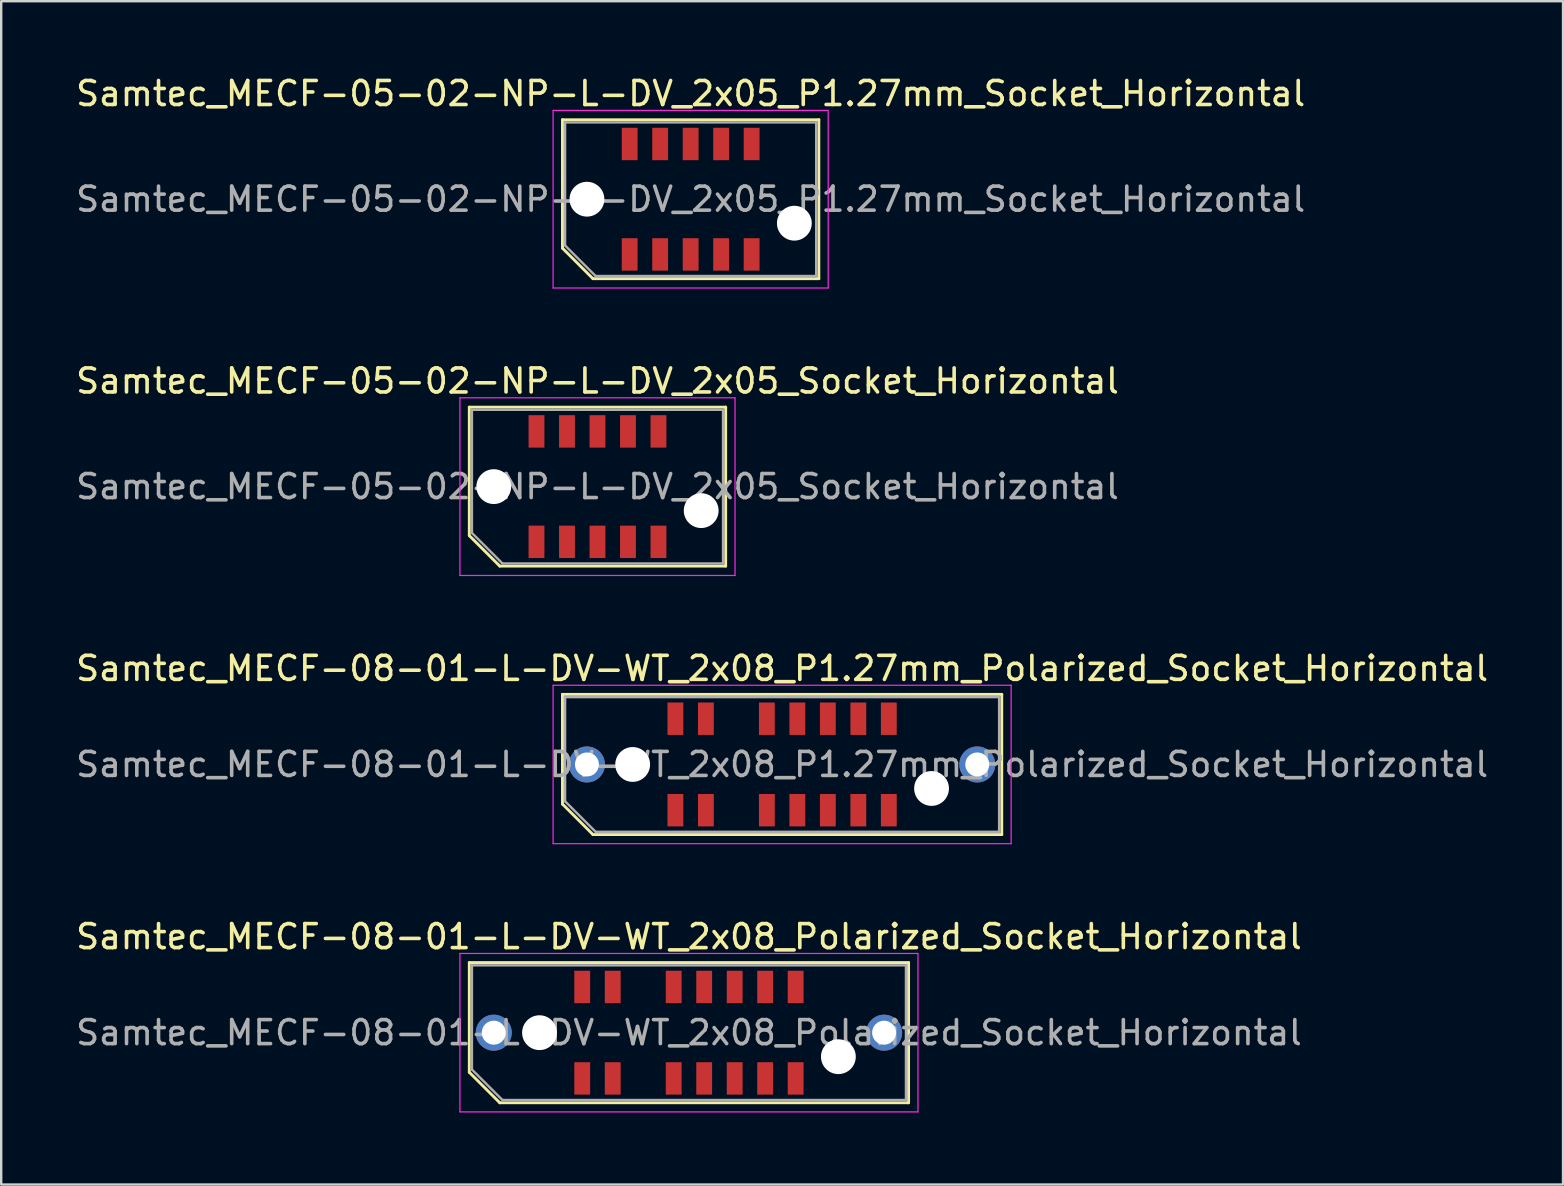
<source format=kicad_pcb>
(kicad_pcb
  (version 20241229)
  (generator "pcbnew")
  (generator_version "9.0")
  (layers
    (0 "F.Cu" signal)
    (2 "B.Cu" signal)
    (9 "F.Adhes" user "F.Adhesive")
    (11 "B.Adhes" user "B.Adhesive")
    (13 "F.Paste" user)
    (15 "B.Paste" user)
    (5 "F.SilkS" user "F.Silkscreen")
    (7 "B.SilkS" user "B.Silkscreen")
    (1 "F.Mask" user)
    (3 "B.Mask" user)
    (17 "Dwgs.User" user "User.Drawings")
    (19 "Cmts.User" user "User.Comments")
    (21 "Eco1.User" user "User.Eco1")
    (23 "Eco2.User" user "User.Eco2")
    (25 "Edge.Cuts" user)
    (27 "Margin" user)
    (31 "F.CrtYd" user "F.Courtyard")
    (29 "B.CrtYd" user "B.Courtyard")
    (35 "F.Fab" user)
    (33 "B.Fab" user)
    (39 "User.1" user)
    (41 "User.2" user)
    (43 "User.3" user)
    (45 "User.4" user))
  (footprint "Samtec_MECF-05-02-NP-L-DV_2x05_P1.27mm_Socket_Horizontal"
    (layer "F.Cu")
    (at 25.72 5.248)
    (property "Reference" "Samtec_MECF-05-02-NP-L-DV_2x05_P1.27mm_Socket_Horizontal" (at 0 -4.4 0) (layer "F.SilkS") (effects (font (size 1 1) (thickness 0.15))))
    (attr smd)
    (fp_line (start -5.34 -3.31) (end 5.34 -3.31) (stroke (width 0.12) (type solid)) (layer "F.SilkS"))
    (fp_line (start -5.34 2.04) (end -5.34 -3.31) (stroke (width 0.12) (type solid)) (layer "F.SilkS"))
    (fp_line (start -4.07 3.31) (end -5.34 2.04) (stroke (width 0.12) (type solid)) (layer "F.SilkS"))
    (fp_line (start -4.07 3.31) (end 5.34 3.31) (stroke (width 0.12) (type solid)) (layer "F.SilkS"))
    (fp_line (start 5.34 3.31) (end 5.34 -3.31) (stroke (width 0.12) (type solid)) (layer "F.SilkS"))
    (fp_line (start -5.73 -3.7) (end -5.73 3.7) (stroke (width 0.05) (type solid)) (layer "F.CrtYd"))
    (fp_line (start -5.73 3.7) (end 5.73 3.7) (stroke (width 0.05) (type solid)) (layer "F.CrtYd"))
    (fp_line (start 5.73 -3.7) (end -5.73 -3.7) (stroke (width 0.05) (type solid)) (layer "F.CrtYd"))
    (fp_line (start 5.73 3.7) (end 5.73 -3.7) (stroke (width 0.05) (type solid)) (layer "F.CrtYd"))
    (fp_line (start -5.23 -3.2) (end 5.23 -3.2) (stroke (width 0.1) (type solid)) (layer "F.Fab"))
    (fp_line (start -5.23 1.93) (end -5.23 -3.2) (stroke (width 0.1) (type solid)) (layer "F.Fab"))
    (fp_line (start -5.23 1.93) (end -3.96 3.2) (stroke (width 0.1) (type solid)) (layer "F.Fab"))
    (fp_line (start -3.96 3.2) (end 5.23 3.2) (stroke (width 0.1) (type solid)) (layer "F.Fab"))
    (fp_line (start 5.23 3.2) (end 5.23 -3.2) (stroke (width 0.1) (type solid)) (layer "F.Fab"))
    (fp_text user "${REFERENCE}" (at 0 0 0) (layer "F.Fab") (effects (font (size 1 1) (thickness 0.15))))
    (pad "" np_thru_hole circle (at -4.32 0) (size 1.45 1.45) (drill 1.45) (layers "*.Cu" "*.Mask"))
    (pad "" np_thru_hole circle (at 4.32 1) (size 1.45 1.45) (drill 1.45) (layers "*.Cu" "*.Mask"))
    (pad "1" smd rect (at -2.54 2.3) (size 0.66 1.35) (layers "F.Cu" "F.Mask" "F.Paste"))
    (pad "2" smd rect (at -2.54 -2.3) (size 0.66 1.35) (layers "F.Cu" "F.Mask" "F.Paste"))
    (pad "3" smd rect (at -1.27 2.3) (size 0.66 1.35) (layers "F.Cu" "F.Mask" "F.Paste"))
    (pad "4" smd rect (at -1.27 -2.3) (size 0.66 1.35) (layers "F.Cu" "F.Mask" "F.Paste"))
    (pad "5" smd rect (at 0 2.3) (size 0.66 1.35) (layers "F.Cu" "F.Mask" "F.Paste"))
    (pad "6" smd rect (at 0 -2.3) (size 0.66 1.35) (layers "F.Cu" "F.Mask" "F.Paste"))
    (pad "7" smd rect (at 1.27 2.3) (size 0.66 1.35) (layers "F.Cu" "F.Mask" "F.Paste"))
    (pad "8" smd rect (at 1.27 -2.3) (size 0.66 1.35) (layers "F.Cu" "F.Mask" "F.Paste"))
    (pad "9" smd rect (at 2.54 2.3) (size 0.66 1.35) (layers "F.Cu" "F.Mask" "F.Paste"))
    (pad "10" smd rect (at 2.54 -2.3) (size 0.66 1.35) (layers "F.Cu" "F.Mask" "F.Paste")))
  (footprint "Samtec_MECF-05-02-NP-L-DV_2x05_Socket_Horizontal"
    (layer "F.Cu")
    (at 21.839 17.221)
    (property "Reference" "Samtec_MECF-05-02-NP-L-DV_2x05_Socket_Horizontal" (at 0 -4.4 0) (layer "F.SilkS") (effects (font (size 1 1) (thickness 0.15))))
    (attr smd)
    (fp_line (start -5.34 -3.31) (end 5.34 -3.31) (stroke (width 0.12) (type solid)) (layer "F.SilkS"))
    (fp_line (start -5.34 2.04) (end -5.34 -3.31) (stroke (width 0.12) (type solid)) (layer "F.SilkS"))
    (fp_line (start -4.07 3.31) (end -5.34 2.04) (stroke (width 0.12) (type solid)) (layer "F.SilkS"))
    (fp_line (start -4.07 3.31) (end 5.34 3.31) (stroke (width 0.12) (type solid)) (layer "F.SilkS"))
    (fp_line (start 5.34 3.31) (end 5.34 -3.31) (stroke (width 0.12) (type solid)) (layer "F.SilkS"))
    (fp_line (start -5.73 -3.7) (end -5.73 3.7) (stroke (width 0.05) (type solid)) (layer "F.CrtYd"))
    (fp_line (start -5.73 3.7) (end 5.73 3.7) (stroke (width 0.05) (type solid)) (layer "F.CrtYd"))
    (fp_line (start 5.73 -3.7) (end -5.73 -3.7) (stroke (width 0.05) (type solid)) (layer "F.CrtYd"))
    (fp_line (start 5.73 3.7) (end 5.73 -3.7) (stroke (width 0.05) (type solid)) (layer "F.CrtYd"))
    (fp_line (start -5.23 -3.2) (end 5.23 -3.2) (stroke (width 0.1) (type solid)) (layer "F.Fab"))
    (fp_line (start -5.23 1.93) (end -5.23 -3.2) (stroke (width 0.1) (type solid)) (layer "F.Fab"))
    (fp_line (start -5.23 1.93) (end -3.96 3.2) (stroke (width 0.1) (type solid)) (layer "F.Fab"))
    (fp_line (start -3.96 3.2) (end 5.23 3.2) (stroke (width 0.1) (type solid)) (layer "F.Fab"))
    (fp_line (start 5.23 3.2) (end 5.23 -3.2) (stroke (width 0.1) (type solid)) (layer "F.Fab"))
    (fp_text user "${REFERENCE}" (at 0 0 0) (layer "F.Fab") (effects (font (size 1 1) (thickness 0.15))))
    (pad "" np_thru_hole circle (at -4.32 0) (size 1.45 1.45) (drill 1.45) (layers "*.Cu" "*.Mask"))
    (pad "" np_thru_hole circle (at 4.32 1) (size 1.45 1.45) (drill 1.45) (layers "*.Cu" "*.Mask"))
    (pad "1" smd rect (at -2.54 2.3) (size 0.66 1.35) (layers "F.Cu" "F.Mask" "F.Paste"))
    (pad "2" smd rect (at -2.54 -2.3) (size 0.66 1.35) (layers "F.Cu" "F.Mask" "F.Paste"))
    (pad "3" smd rect (at -1.27 2.3) (size 0.66 1.35) (layers "F.Cu" "F.Mask" "F.Paste"))
    (pad "4" smd rect (at -1.27 -2.3) (size 0.66 1.35) (layers "F.Cu" "F.Mask" "F.Paste"))
    (pad "5" smd rect (at 0 2.3) (size 0.66 1.35) (layers "F.Cu" "F.Mask" "F.Paste"))
    (pad "6" smd rect (at 0 -2.3) (size 0.66 1.35) (layers "F.Cu" "F.Mask" "F.Paste"))
    (pad "7" smd rect (at 1.27 2.3) (size 0.66 1.35) (layers "F.Cu" "F.Mask" "F.Paste"))
    (pad "8" smd rect (at 1.27 -2.3) (size 0.66 1.35) (layers "F.Cu" "F.Mask" "F.Paste"))
    (pad "9" smd rect (at 2.54 2.3) (size 0.66 1.35) (layers "F.Cu" "F.Mask" "F.Paste"))
    (pad "10" smd rect (at 2.54 -2.3) (size 0.66 1.35) (layers "F.Cu" "F.Mask" "F.Paste")))
  (footprint "Samtec_MECF-08-01-L-DV-WT_2x08_Polarized_Socket_Horizontal"
    (layer "F.Cu")
    (at 25.649 39.968)
    (property "Reference" "Samtec_MECF-08-01-L-DV-WT_2x08_Polarized_Socket_Horizontal" (at 0 -4 0) (layer "F.SilkS") (effects (font (size 1 1) (thickness 0.15))))
    (attr smd)
    (fp_line (start -9.15 -2.92) (end 9.15 -2.92) (stroke (width 0.12) (type solid)) (layer "F.SilkS"))
    (fp_line (start -9.15 1.65) (end -9.15 -2.92) (stroke (width 0.12) (type solid)) (layer "F.SilkS"))
    (fp_line (start -7.88 2.92) (end -9.15 1.65) (stroke (width 0.12) (type solid)) (layer "F.SilkS"))
    (fp_line (start -7.88 2.92) (end 9.15 2.92) (stroke (width 0.12) (type solid)) (layer "F.SilkS"))
    (fp_line (start 9.15 2.92) (end 9.15 -2.92) (stroke (width 0.12) (type solid)) (layer "F.SilkS"))
    (fp_line (start -9.54 -3.3) (end -9.54 3.3) (stroke (width 0.05) (type solid)) (layer "F.CrtYd"))
    (fp_line (start -9.54 3.3) (end 9.54 3.3) (stroke (width 0.05) (type solid)) (layer "F.CrtYd"))
    (fp_line (start 9.54 -3.3) (end -9.54 -3.3) (stroke (width 0.05) (type solid)) (layer "F.CrtYd"))
    (fp_line (start 9.54 3.3) (end 9.54 -3.3) (stroke (width 0.05) (type solid)) (layer "F.CrtYd"))
    (fp_line (start -9.04 -2.805) (end 9.04 -2.805) (stroke (width 0.1) (type solid)) (layer "F.Fab"))
    (fp_line (start -9.04 1.535) (end -9.04 -2.805) (stroke (width 0.1) (type solid)) (layer "F.Fab"))
    (fp_line (start -9.04 1.535) (end -7.77 2.805) (stroke (width 0.1) (type solid)) (layer "F.Fab"))
    (fp_line (start -7.77 2.805) (end 9.04 2.805) (stroke (width 0.1) (type solid)) (layer "F.Fab"))
    (fp_line (start 9.04 2.805) (end 9.04 -2.805) (stroke (width 0.1) (type solid)) (layer "F.Fab"))
    (fp_text user "${REFERENCE}" (at 0 0 0) (layer "F.Fab") (effects (font (size 1 1) (thickness 0.15))))
    (pad "" thru_hole circle (at -8.13 0) (size 1.5 1.5) (drill 1) (layers "*.Cu" "*.Mask"))
    (pad "" np_thru_hole circle (at -6.225 0) (size 1.45 1.45) (drill 1.45) (layers "*.Cu" "*.Mask"))
    (pad "" np_thru_hole circle (at 6.225 1) (size 1.45 1.45) (drill 1.45) (layers "*.Cu" "*.Mask"))
    (pad "" thru_hole circle (at 8.13 0) (size 1.5 1.5) (drill 1) (layers "*.Cu" "*.Mask"))
    (pad "1" smd rect (at -4.445 1.905) (size 0.66 1.35) (layers "F.Cu" "F.Mask" "F.Paste"))
    (pad "2" smd rect (at -4.445 -1.905) (size 0.66 1.35) (layers "F.Cu" "F.Mask" "F.Paste"))
    (pad "3" smd rect (at -3.175 1.905) (size 0.66 1.35) (layers "F.Cu" "F.Mask" "F.Paste"))
    (pad "4" smd rect (at -3.175 -1.905) (size 0.66 1.35) (layers "F.Cu" "F.Mask" "F.Paste"))
    (pad "7" smd rect (at -0.635 1.905) (size 0.66 1.35) (layers "F.Cu" "F.Mask" "F.Paste"))
    (pad "8" smd rect (at -0.635 -1.905) (size 0.66 1.35) (layers "F.Cu" "F.Mask" "F.Paste"))
    (pad "9" smd rect (at 0.635 1.905) (size 0.66 1.35) (layers "F.Cu" "F.Mask" "F.Paste"))
    (pad "10" smd rect (at 0.635 -1.905) (size 0.66 1.35) (layers "F.Cu" "F.Mask" "F.Paste"))
    (pad "11" smd rect (at 1.905 1.905) (size 0.66 1.35) (layers "F.Cu" "F.Mask" "F.Paste"))
    (pad "12" smd rect (at 1.905 -1.905) (size 0.66 1.35) (layers "F.Cu" "F.Mask" "F.Paste"))
    (pad "13" smd rect (at 3.175 1.905) (size 0.66 1.35) (layers "F.Cu" "F.Mask" "F.Paste"))
    (pad "14" smd rect (at 3.175 -1.905) (size 0.66 1.35) (layers "F.Cu" "F.Mask" "F.Paste"))
    (pad "15" smd rect (at 4.445 1.905) (size 0.66 1.35) (layers "F.Cu" "F.Mask" "F.Paste"))
    (pad "16" smd rect (at 4.445 -1.905) (size 0.66 1.35) (layers "F.Cu" "F.Mask" "F.Paste")))
  (footprint "Samtec_MECF-08-01-L-DV-WT_2x08_P1.27mm_Polarized_Socket_Horizontal"
    (layer "F.Cu")
    (at 29.53 28.795)
    (property "Reference" "Samtec_MECF-08-01-L-DV-WT_2x08_P1.27mm_Polarized_Socket_Horizontal" (at 0 -4 0) (layer "F.SilkS") (effects (font (size 1 1) (thickness 0.15))))
    (attr smd)
    (fp_line (start -9.15 -2.92) (end 9.15 -2.92) (stroke (width 0.12) (type solid)) (layer "F.SilkS"))
    (fp_line (start -9.15 1.65) (end -9.15 -2.92) (stroke (width 0.12) (type solid)) (layer "F.SilkS"))
    (fp_line (start -7.88 2.92) (end -9.15 1.65) (stroke (width 0.12) (type solid)) (layer "F.SilkS"))
    (fp_line (start -7.88 2.92) (end 9.15 2.92) (stroke (width 0.12) (type solid)) (layer "F.SilkS"))
    (fp_line (start 9.15 2.92) (end 9.15 -2.92) (stroke (width 0.12) (type solid)) (layer "F.SilkS"))
    (fp_line (start -9.54 -3.3) (end -9.54 3.3) (stroke (width 0.05) (type solid)) (layer "F.CrtYd"))
    (fp_line (start -9.54 3.3) (end 9.54 3.3) (stroke (width 0.05) (type solid)) (layer "F.CrtYd"))
    (fp_line (start 9.54 -3.3) (end -9.54 -3.3) (stroke (width 0.05) (type solid)) (layer "F.CrtYd"))
    (fp_line (start 9.54 3.3) (end 9.54 -3.3) (stroke (width 0.05) (type solid)) (layer "F.CrtYd"))
    (fp_line (start -9.04 -2.805) (end 9.04 -2.805) (stroke (width 0.1) (type solid)) (layer "F.Fab"))
    (fp_line (start -9.04 1.535) (end -9.04 -2.805) (stroke (width 0.1) (type solid)) (layer "F.Fab"))
    (fp_line (start -9.04 1.535) (end -7.77 2.805) (stroke (width 0.1) (type solid)) (layer "F.Fab"))
    (fp_line (start -7.77 2.805) (end 9.04 2.805) (stroke (width 0.1) (type solid)) (layer "F.Fab"))
    (fp_line (start 9.04 2.805) (end 9.04 -2.805) (stroke (width 0.1) (type solid)) (layer "F.Fab"))
    (fp_text user "${REFERENCE}" (at 0 0 0) (layer "F.Fab") (effects (font (size 1 1) (thickness 0.15))))
    (pad "" thru_hole circle (at -8.13 0) (size 1.5 1.5) (drill 1) (layers "*.Cu" "*.Mask"))
    (pad "" np_thru_hole circle (at -6.225 0) (size 1.45 1.45) (drill 1.45) (layers "*.Cu" "*.Mask"))
    (pad "" np_thru_hole circle (at 6.225 1) (size 1.45 1.45) (drill 1.45) (layers "*.Cu" "*.Mask"))
    (pad "" thru_hole circle (at 8.13 0) (size 1.5 1.5) (drill 1) (layers "*.Cu" "*.Mask"))
    (pad "1" smd rect (at -4.445 1.905) (size 0.66 1.35) (layers "F.Cu" "F.Mask" "F.Paste"))
    (pad "2" smd rect (at -4.445 -1.905) (size 0.66 1.35) (layers "F.Cu" "F.Mask" "F.Paste"))
    (pad "3" smd rect (at -3.175 1.905) (size 0.66 1.35) (layers "F.Cu" "F.Mask" "F.Paste"))
    (pad "4" smd rect (at -3.175 -1.905) (size 0.66 1.35) (layers "F.Cu" "F.Mask" "F.Paste"))
    (pad "7" smd rect (at -0.635 1.905) (size 0.66 1.35) (layers "F.Cu" "F.Mask" "F.Paste"))
    (pad "8" smd rect (at -0.635 -1.905) (size 0.66 1.35) (layers "F.Cu" "F.Mask" "F.Paste"))
    (pad "9" smd rect (at 0.635 1.905) (size 0.66 1.35) (layers "F.Cu" "F.Mask" "F.Paste"))
    (pad "10" smd rect (at 0.635 -1.905) (size 0.66 1.35) (layers "F.Cu" "F.Mask" "F.Paste"))
    (pad "11" smd rect (at 1.905 1.905) (size 0.66 1.35) (layers "F.Cu" "F.Mask" "F.Paste"))
    (pad "12" smd rect (at 1.905 -1.905) (size 0.66 1.35) (layers "F.Cu" "F.Mask" "F.Paste"))
    (pad "13" smd rect (at 3.175 1.905) (size 0.66 1.35) (layers "F.Cu" "F.Mask" "F.Paste"))
    (pad "14" smd rect (at 3.175 -1.905) (size 0.66 1.35) (layers "F.Cu" "F.Mask" "F.Paste"))
    (pad "15" smd rect (at 4.445 1.905) (size 0.66 1.35) (layers "F.Cu" "F.Mask" "F.Paste"))
    (pad "16" smd rect (at 4.445 -1.905) (size 0.66 1.35) (layers "F.Cu" "F.Mask" "F.Paste")))
  (gr_rect
    (start -3 -3)
    (end 62.06 46.293)
    (stroke (width 0.1) (type default))
    (fill no)
    (layer "Edge.Cuts")))
</source>
